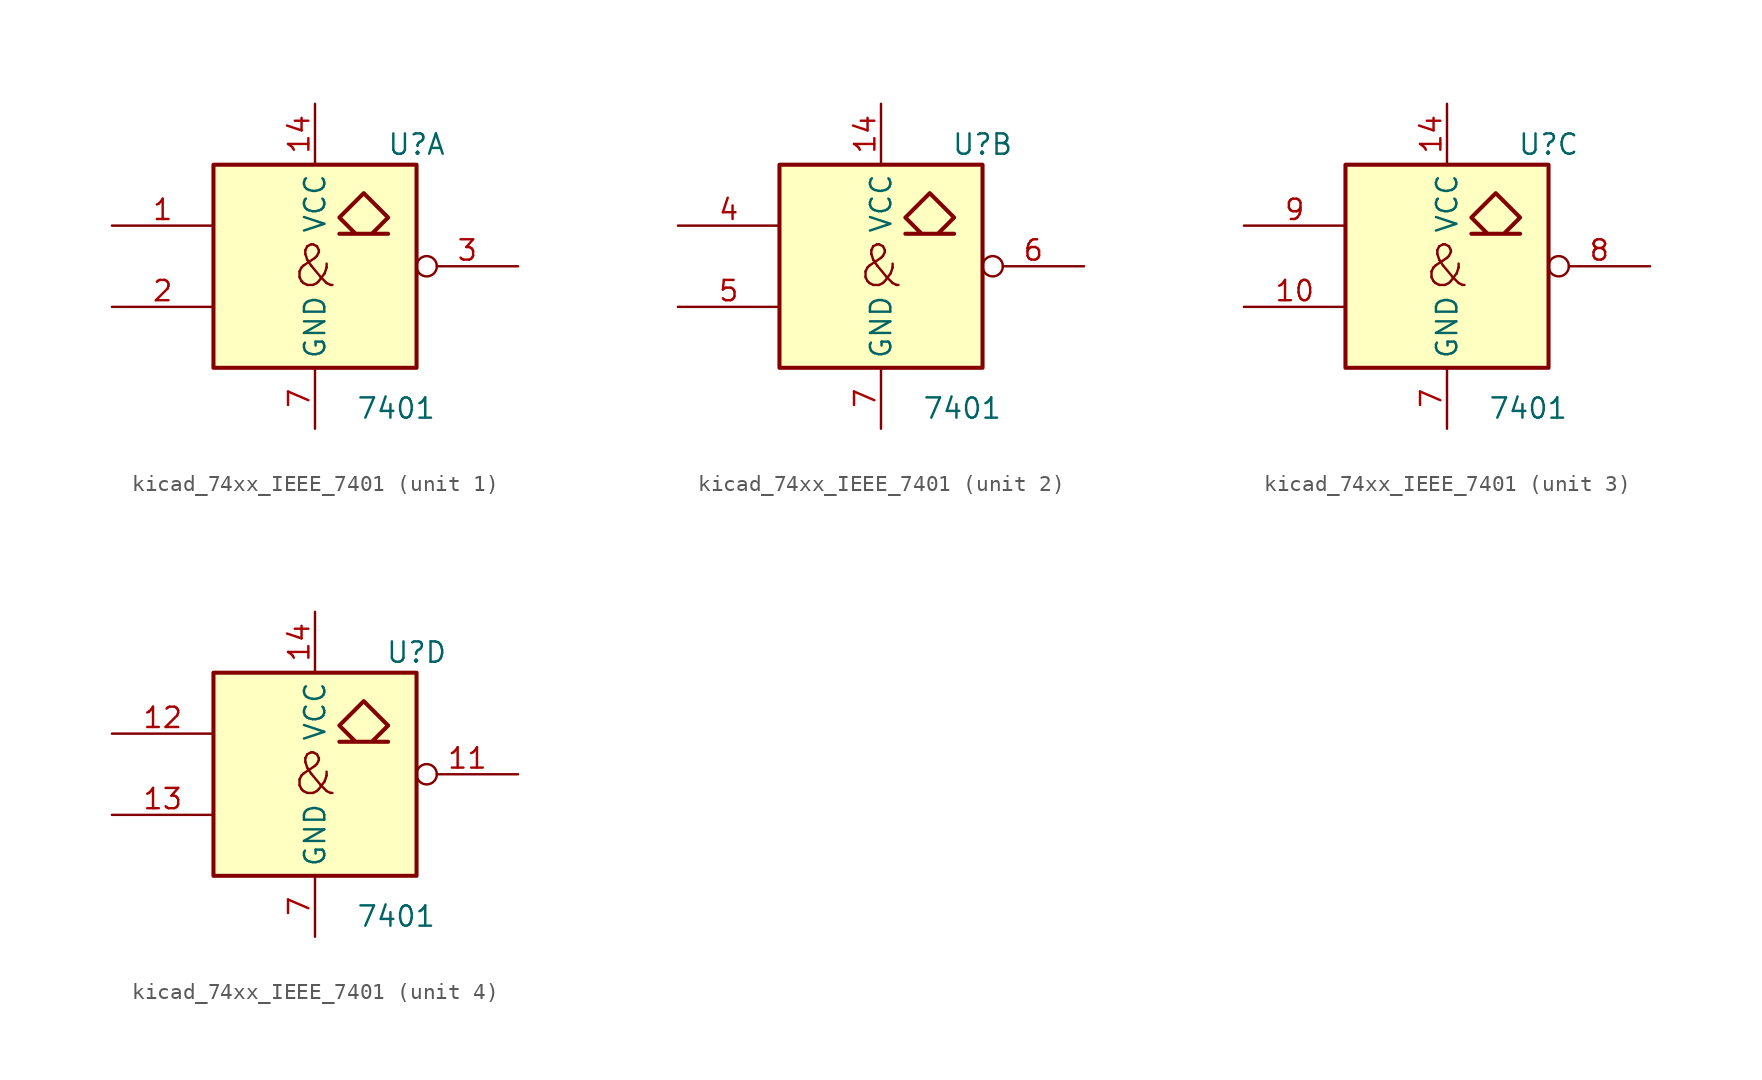
<source format=kicad_sym>
(kicad_symbol_lib
  (version 20220914)
  (generator kicad_symbol_editor)
  (symbol "kicad_74xx_IEEE_7401"
    (property "Reference" "U"
      (at 6.35 7.62 0)
      (effects (font (size 1.27 1.27))))
    (property "Value" "7401"
      (at 5.08 -8.89 0)
      (effects (font (size 1.27 1.27))))
    (symbol "kicad_74xx_IEEE_7401_0_0"
      (polyline (pts (xy 2.54 2.032) (xy 1.524 3.048) (xy 3.048 4.572) (xy 4.572 3.048) (xy 3.556 2.032) (xy 4.572 2.032) (xy 1.524 2.032) (xy 1.524 2.032)) (stroke (width 0.254) (type default)) (fill (type background)))
      (text "&" (at 0 0 0) (effects (font (size 2.54 2.54)))))
    (symbol "kicad_74xx_IEEE_7401_0_1"
      (rectangle (start -6.35 6.35) (end 6.35 -6.35) (stroke (width 0.254) (type default)) (fill (type background)))
      (pin power_in line (at 0 10.16 270) (length 3.81) (name "VCC" (effects (font (size 1.27 1.27)))) (number "14" (effects (font (size 1.27 1.27)))))
      (pin power_in line (at 0 -10.16 90) (length 3.81) (name "GND" (effects (font (size 1.27 1.27)))) (number "7" (effects (font (size 1.27 1.27))))))
    (symbol "kicad_74xx_IEEE_7401_1_1"
      (pin input line (at -12.7 2.54 0) (length 6.35) (name "~" (effects (font (size 1.27 1.27)))) (number "1" (effects (font (size 1.27 1.27)))))
      (pin input line (at -12.7 -2.54 0) (length 6.35) (name "~" (effects (font (size 1.27 1.27)))) (number "2" (effects (font (size 1.27 1.27)))))
      (pin open_collector inverted (at 12.7 0 180) (length 6.35) (name "~" (effects (font (size 1.27 1.27)))) (number "3" (effects (font (size 1.27 1.27))))))
    (symbol "kicad_74xx_IEEE_7401_2_1"
      (pin input line (at -12.7 2.54 0) (length 6.35) (name "~" (effects (font (size 1.27 1.27)))) (number "4" (effects (font (size 1.27 1.27)))))
      (pin input line (at -12.7 -2.54 0) (length 6.35) (name "~" (effects (font (size 1.27 1.27)))) (number "5" (effects (font (size 1.27 1.27)))))
      (pin open_collector inverted (at 12.7 0 180) (length 6.35) (name "~" (effects (font (size 1.27 1.27)))) (number "6" (effects (font (size 1.27 1.27))))))
    (symbol "kicad_74xx_IEEE_7401_3_1"
      (pin input line (at -12.7 -2.54 0) (length 6.35) (name "~" (effects (font (size 1.27 1.27)))) (number "10" (effects (font (size 1.27 1.27)))))
      (pin open_collector inverted (at 12.7 0 180) (length 6.35) (name "~" (effects (font (size 1.27 1.27)))) (number "8" (effects (font (size 1.27 1.27)))))
      (pin input line (at -12.7 2.54 0) (length 6.35) (name "~" (effects (font (size 1.27 1.27)))) (number "9" (effects (font (size 1.27 1.27))))))
    (symbol "kicad_74xx_IEEE_7401_4_1"
      (pin open_collector inverted (at 12.7 0 180) (length 6.35) (name "~" (effects (font (size 1.27 1.27)))) (number "11" (effects (font (size 1.27 1.27)))))
      (pin input line (at -12.7 2.54 0) (length 6.35) (name "~" (effects (font (size 1.27 1.27)))) (number "12" (effects (font (size 1.27 1.27)))))
      (pin input line (at -12.7 -2.54 0) (length 6.35) (name "~" (effects (font (size 1.27 1.27)))) (number "13" (effects (font (size 1.27 1.27))))))))
</source>
